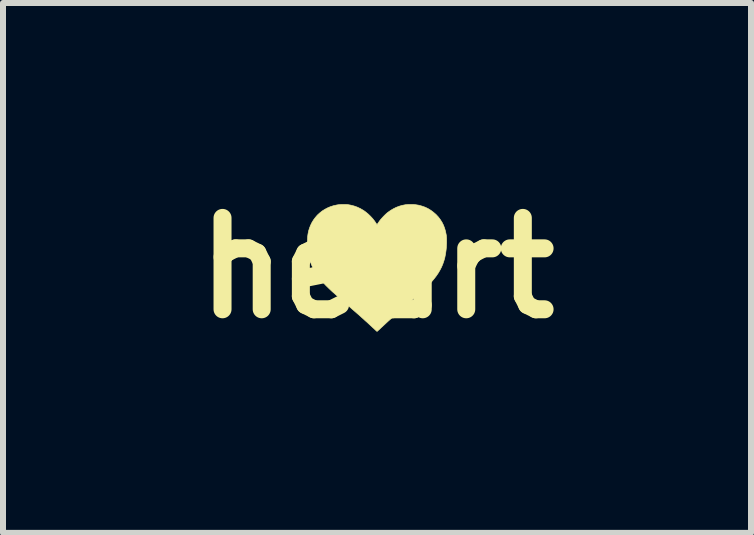
<source format=kicad_pcb>
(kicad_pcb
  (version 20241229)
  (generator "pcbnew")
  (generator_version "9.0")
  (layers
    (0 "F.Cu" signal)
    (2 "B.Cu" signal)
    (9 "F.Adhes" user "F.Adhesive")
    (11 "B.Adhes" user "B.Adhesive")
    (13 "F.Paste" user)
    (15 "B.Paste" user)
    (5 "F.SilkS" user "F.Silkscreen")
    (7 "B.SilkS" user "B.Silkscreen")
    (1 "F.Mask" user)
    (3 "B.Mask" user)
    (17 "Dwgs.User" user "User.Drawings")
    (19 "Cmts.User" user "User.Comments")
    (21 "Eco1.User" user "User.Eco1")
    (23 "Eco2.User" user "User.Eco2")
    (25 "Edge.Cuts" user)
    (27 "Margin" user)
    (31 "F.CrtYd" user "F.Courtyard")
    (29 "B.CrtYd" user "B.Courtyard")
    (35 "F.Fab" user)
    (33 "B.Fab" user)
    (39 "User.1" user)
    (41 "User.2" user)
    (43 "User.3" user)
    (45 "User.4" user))
  (footprint "heart"
    (layer "F.Cu")
    (at 3.237 1.418)
    (property "Reference" "heart" (at 0 0 0) (layer "F.SilkS") (effects (font (size 1.524 1.524) (thickness 0.3))))
    (attr through_hole)
    (fp_poly (pts (xy -0.532 -1.059) (xy -0.512 -1.058) (xy -0.494 -1.057) (xy -0.491 -1.057) (xy -0.436 -1.047) (xy -0.382 -1.033) (xy -0.329 -1.014) (xy -0.278 -0.99) (xy -0.23 -0.962) (xy -0.224 -0.959) (xy -0.185 -0.93) (xy -0.145 -0.897) (xy -0.108 -0.861) (xy -0.072 -0.822) (xy -0.04 -0.781) (xy -0.013 -0.741) (xy -0.008 -0.733) (xy -0.003 -0.727) (xy -0.000324 -0.724) (xy 0.000043 -0.724) (xy 0.002 -0.726) (xy 0.006 -0.731) (xy 0.011 -0.739) (xy 0.011 -0.739) (xy 0.016 -0.746) (xy 0.023 -0.757) (xy 0.032 -0.769) (xy 0.041 -0.782) (xy 0.048 -0.791) (xy 0.061 -0.808) (xy 0.078 -0.827) (xy 0.096 -0.847) (xy 0.115 -0.867) (xy 0.134 -0.886) (xy 0.152 -0.903) (xy 0.169 -0.918) (xy 0.178 -0.925) (xy 0.224 -0.958) (xy 0.271 -0.986) (xy 0.319 -1.01) (xy 0.369 -1.029) (xy 0.42 -1.044) (xy 0.473 -1.054) (xy 0.483 -1.055) (xy 0.502 -1.057) (xy 0.524 -1.059) (xy 0.549 -1.059) (xy 0.575 -1.059) (xy 0.6 -1.059) (xy 0.623 -1.057) (xy 0.641 -1.055) (xy 0.697 -1.046) (xy 0.751 -1.031) (xy 0.802 -1.013) (xy 0.85 -0.99) (xy 0.896 -0.962) (xy 0.939 -0.93) (xy 0.981 -0.894) (xy 0.987 -0.888) (xy 1.024 -0.848) (xy 1.056 -0.805) (xy 1.085 -0.759) (xy 1.109 -0.711) (xy 1.128 -0.66) (xy 1.143 -0.607) (xy 1.154 -0.551) (xy 1.155 -0.547) (xy 1.158 -0.52) (xy 1.16 -0.488) (xy 1.16 -0.454) (xy 1.16 -0.417) (xy 1.158 -0.378) (xy 1.156 -0.339) (xy 1.152 -0.301) (xy 1.147 -0.264) (xy 1.142 -0.228) (xy 1.141 -0.226) (xy 1.13 -0.17) (xy 1.115 -0.117) (xy 1.097 -0.065) (xy 1.076 -0.015) (xy 1.051 0.034) (xy 1.023 0.082) (xy 0.99 0.131) (xy 0.953 0.179) (xy 0.912 0.228) (xy 0.866 0.278) (xy 0.862 0.282) (xy 0.847 0.297) (xy 0.831 0.313) (xy 0.815 0.33) (xy 0.797 0.346) (xy 0.778 0.364) (xy 0.758 0.383) (xy 0.736 0.403) (xy 0.712 0.425) (xy 0.685 0.449) (xy 0.657 0.475) (xy 0.625 0.503) (xy 0.59 0.533) (xy 0.552 0.566) (xy 0.51 0.602) (xy 0.498 0.613) (xy 0.449 0.655) (xy 0.404 0.695) (xy 0.363 0.731) (xy 0.324 0.765) (xy 0.288 0.797) (xy 0.253 0.828) (xy 0.221 0.857) (xy 0.19 0.884) (xy 0.161 0.911) (xy 0.132 0.938) (xy 0.104 0.964) (xy 0.076 0.99) (xy 0.075 0.99) (xy 0.056 1.009) (xy 0.04 1.024) (xy 0.027 1.036) (xy 0.016 1.045) (xy 0.009 1.052) (xy 0.004 1.056) (xy 0.001 1.058) (xy -0.00039 1.059) (xy -0.003 1.057) (xy -0.007 1.053) (xy -0.014 1.047) (xy -0.014 1.047) (xy -0.02 1.042) (xy -0.028 1.034) (xy -0.039 1.024) (xy -0.051 1.012) (xy -0.065 1) (xy -0.079 0.987) (xy -0.108 0.96) (xy -0.137 0.933) (xy -0.166 0.906) (xy -0.197 0.879) (xy -0.228 0.85) (xy -0.261 0.821) (xy -0.295 0.79) (xy -0.332 0.758) (xy -0.372 0.723) (xy -0.415 0.686) (xy -0.46 0.646) (xy -0.479 0.63) (xy -0.526 0.589) (xy -0.569 0.551) (xy -0.609 0.516) (xy -0.646 0.484) (xy -0.679 0.454) (xy -0.71 0.426) (xy -0.739 0.401) (xy -0.765 0.377) (xy -0.788 0.355) (xy -0.81 0.334) (xy -0.83 0.314) (xy -0.849 0.296) (xy -0.866 0.278) (xy -0.882 0.261) (xy -0.898 0.244) (xy -0.913 0.227) (xy -0.927 0.21) (xy -0.941 0.194) (xy -0.944 0.191) (xy -0.983 0.141) (xy -1.017 0.092) (xy -1.047 0.042) (xy -1.073 -0.009) (xy -1.096 -0.061) (xy -1.115 -0.115) (xy -1.13 -0.172) (xy -1.142 -0.231) (xy -1.151 -0.294) (xy -1.157 -0.36) (xy -1.159 -0.378) (xy -1.16 -0.431) (xy -1.16 -0.479) (xy -1.157 -0.525) (xy -1.151 -0.568) (xy -1.143 -0.61) (xy -1.131 -0.65) (xy -1.13 -0.654) (xy -1.111 -0.705) (xy -1.088 -0.753) (xy -1.061 -0.798) (xy -1.03 -0.84) (xy -0.996 -0.88) (xy -0.958 -0.915) (xy -0.917 -0.948) (xy -0.873 -0.976) (xy -0.826 -1.001) (xy -0.777 -1.022) (xy -0.726 -1.038) (xy -0.672 -1.05) (xy -0.64 -1.055) (xy -0.622 -1.057) (xy -0.602 -1.058) (xy -0.579 -1.059) (xy -0.555 -1.059) (xy -0.532 -1.059)) (stroke (width 0.01) (type solid)) (fill yes) (layer "F.SilkS")))
  (gr_rect
    (start -3 -3)
    (end 9.473 5.836)
    (stroke (width 0.1) (type default))
    (fill no)
    (layer "Edge.Cuts")))
</source>
